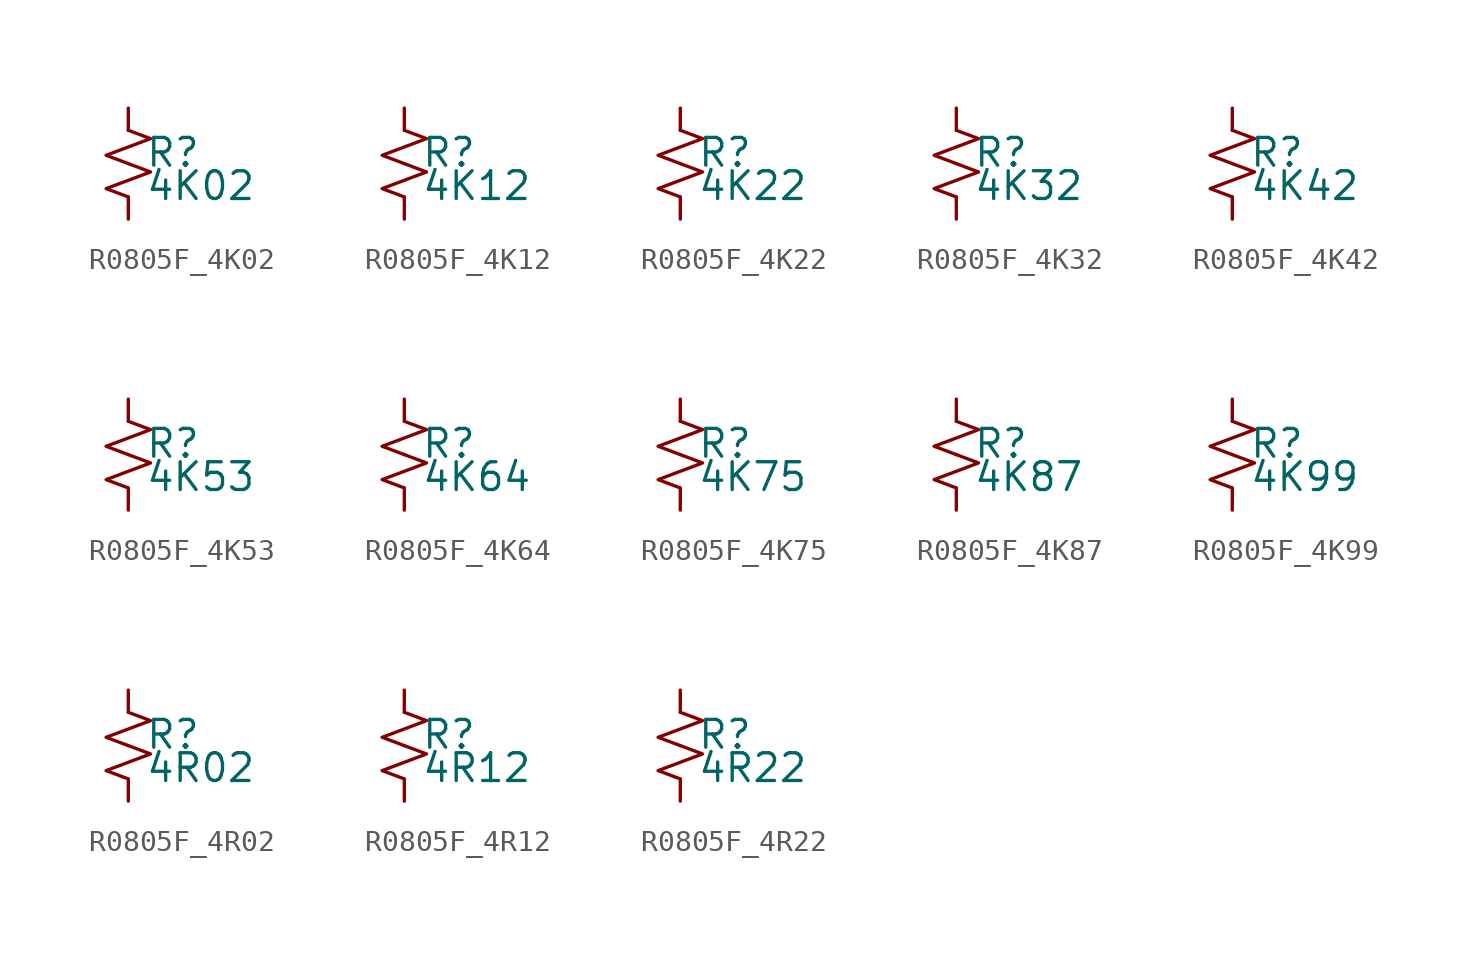
<source format=kicad_sym>
(kicad_symbol_lib
  (version 20220914)
  (generator kicad_symbol_editor)
  (symbol "R0805F_4K02"
    (pin_numbers hide)
    (pin_names
      (offset 0.254) hide)
    (property "Reference" "R"
      (at 0.762 0.508 0)
      (effects (font (size 1.27 1.27)) (justify left)))
    (property "Value" "4K02"
      (at 0.762 -1.016 0)
      (effects (font (size 1.27 1.27)) (justify left)))
    (symbol "R0805F_4K02_1_1"
      (polyline (pts (xy 0 0) (xy 1.016 -0.381) (xy 0 -0.762) (xy -1.016 -1.143) (xy 0 -1.524)) (stroke (width 0) (type default)) (fill (type none)))
      (polyline (pts (xy 0 1.524) (xy 1.016 1.143) (xy 0 0.762) (xy -1.016 0.381) (xy 0 0)) (stroke (width 0) (type default)) (fill (type none)))
      (pin passive line (at 0 2.54 270) (length 1.016) (name "~" (effects (font (size 1.27 1.27)))) (number "1" (effects (font (size 1.27 1.27)))))
      (pin passive line (at 0 -2.54 90) (length 1.016) (name "~" (effects (font (size 1.27 1.27)))) (number "2" (effects (font (size 1.27 1.27)))))))
  (symbol "R0805F_4K12"
    (pin_numbers hide)
    (pin_names
      (offset 0.254) hide)
    (property "Reference" "R"
      (at 0.762 0.508 0)
      (effects (font (size 1.27 1.27)) (justify left)))
    (property "Value" "4K12"
      (at 0.762 -1.016 0)
      (effects (font (size 1.27 1.27)) (justify left)))
    (symbol "R0805F_4K12_1_1"
      (polyline (pts (xy 0 0) (xy 1.016 -0.381) (xy 0 -0.762) (xy -1.016 -1.143) (xy 0 -1.524)) (stroke (width 0) (type default)) (fill (type none)))
      (polyline (pts (xy 0 1.524) (xy 1.016 1.143) (xy 0 0.762) (xy -1.016 0.381) (xy 0 0)) (stroke (width 0) (type default)) (fill (type none)))
      (pin passive line (at 0 2.54 270) (length 1.016) (name "~" (effects (font (size 1.27 1.27)))) (number "1" (effects (font (size 1.27 1.27)))))
      (pin passive line (at 0 -2.54 90) (length 1.016) (name "~" (effects (font (size 1.27 1.27)))) (number "2" (effects (font (size 1.27 1.27)))))))
  (symbol "R0805F_4K22"
    (pin_numbers hide)
    (pin_names
      (offset 0.254) hide)
    (property "Reference" "R"
      (at 0.762 0.508 0)
      (effects (font (size 1.27 1.27)) (justify left)))
    (property "Value" "4K22"
      (at 0.762 -1.016 0)
      (effects (font (size 1.27 1.27)) (justify left)))
    (symbol "R0805F_4K22_1_1"
      (polyline (pts (xy 0 0) (xy 1.016 -0.381) (xy 0 -0.762) (xy -1.016 -1.143) (xy 0 -1.524)) (stroke (width 0) (type default)) (fill (type none)))
      (polyline (pts (xy 0 1.524) (xy 1.016 1.143) (xy 0 0.762) (xy -1.016 0.381) (xy 0 0)) (stroke (width 0) (type default)) (fill (type none)))
      (pin passive line (at 0 2.54 270) (length 1.016) (name "~" (effects (font (size 1.27 1.27)))) (number "1" (effects (font (size 1.27 1.27)))))
      (pin passive line (at 0 -2.54 90) (length 1.016) (name "~" (effects (font (size 1.27 1.27)))) (number "2" (effects (font (size 1.27 1.27)))))))
  (symbol "R0805F_4K32"
    (pin_numbers hide)
    (pin_names
      (offset 0.254) hide)
    (property "Reference" "R"
      (at 0.762 0.508 0)
      (effects (font (size 1.27 1.27)) (justify left)))
    (property "Value" "4K32"
      (at 0.762 -1.016 0)
      (effects (font (size 1.27 1.27)) (justify left)))
    (symbol "R0805F_4K32_1_1"
      (polyline (pts (xy 0 0) (xy 1.016 -0.381) (xy 0 -0.762) (xy -1.016 -1.143) (xy 0 -1.524)) (stroke (width 0) (type default)) (fill (type none)))
      (polyline (pts (xy 0 1.524) (xy 1.016 1.143) (xy 0 0.762) (xy -1.016 0.381) (xy 0 0)) (stroke (width 0) (type default)) (fill (type none)))
      (pin passive line (at 0 2.54 270) (length 1.016) (name "~" (effects (font (size 1.27 1.27)))) (number "1" (effects (font (size 1.27 1.27)))))
      (pin passive line (at 0 -2.54 90) (length 1.016) (name "~" (effects (font (size 1.27 1.27)))) (number "2" (effects (font (size 1.27 1.27)))))))
  (symbol "R0805F_4K42"
    (pin_numbers hide)
    (pin_names
      (offset 0.254) hide)
    (property "Reference" "R"
      (at 0.762 0.508 0)
      (effects (font (size 1.27 1.27)) (justify left)))
    (property "Value" "4K42"
      (at 0.762 -1.016 0)
      (effects (font (size 1.27 1.27)) (justify left)))
    (symbol "R0805F_4K42_1_1"
      (polyline (pts (xy 0 0) (xy 1.016 -0.381) (xy 0 -0.762) (xy -1.016 -1.143) (xy 0 -1.524)) (stroke (width 0) (type default)) (fill (type none)))
      (polyline (pts (xy 0 1.524) (xy 1.016 1.143) (xy 0 0.762) (xy -1.016 0.381) (xy 0 0)) (stroke (width 0) (type default)) (fill (type none)))
      (pin passive line (at 0 2.54 270) (length 1.016) (name "~" (effects (font (size 1.27 1.27)))) (number "1" (effects (font (size 1.27 1.27)))))
      (pin passive line (at 0 -2.54 90) (length 1.016) (name "~" (effects (font (size 1.27 1.27)))) (number "2" (effects (font (size 1.27 1.27)))))))
  (symbol "R0805F_4K53"
    (pin_numbers hide)
    (pin_names
      (offset 0.254) hide)
    (property "Reference" "R"
      (at 0.762 0.508 0)
      (effects (font (size 1.27 1.27)) (justify left)))
    (property "Value" "4K53"
      (at 0.762 -1.016 0)
      (effects (font (size 1.27 1.27)) (justify left)))
    (symbol "R0805F_4K53_1_1"
      (polyline (pts (xy 0 0) (xy 1.016 -0.381) (xy 0 -0.762) (xy -1.016 -1.143) (xy 0 -1.524)) (stroke (width 0) (type default)) (fill (type none)))
      (polyline (pts (xy 0 1.524) (xy 1.016 1.143) (xy 0 0.762) (xy -1.016 0.381) (xy 0 0)) (stroke (width 0) (type default)) (fill (type none)))
      (pin passive line (at 0 2.54 270) (length 1.016) (name "~" (effects (font (size 1.27 1.27)))) (number "1" (effects (font (size 1.27 1.27)))))
      (pin passive line (at 0 -2.54 90) (length 1.016) (name "~" (effects (font (size 1.27 1.27)))) (number "2" (effects (font (size 1.27 1.27)))))))
  (symbol "R0805F_4K64"
    (pin_numbers hide)
    (pin_names
      (offset 0.254) hide)
    (property "Reference" "R"
      (at 0.762 0.508 0)
      (effects (font (size 1.27 1.27)) (justify left)))
    (property "Value" "4K64"
      (at 0.762 -1.016 0)
      (effects (font (size 1.27 1.27)) (justify left)))
    (symbol "R0805F_4K64_1_1"
      (polyline (pts (xy 0 0) (xy 1.016 -0.381) (xy 0 -0.762) (xy -1.016 -1.143) (xy 0 -1.524)) (stroke (width 0) (type default)) (fill (type none)))
      (polyline (pts (xy 0 1.524) (xy 1.016 1.143) (xy 0 0.762) (xy -1.016 0.381) (xy 0 0)) (stroke (width 0) (type default)) (fill (type none)))
      (pin passive line (at 0 2.54 270) (length 1.016) (name "~" (effects (font (size 1.27 1.27)))) (number "1" (effects (font (size 1.27 1.27)))))
      (pin passive line (at 0 -2.54 90) (length 1.016) (name "~" (effects (font (size 1.27 1.27)))) (number "2" (effects (font (size 1.27 1.27)))))))
  (symbol "R0805F_4K75"
    (pin_numbers hide)
    (pin_names
      (offset 0.254) hide)
    (property "Reference" "R"
      (at 0.762 0.508 0)
      (effects (font (size 1.27 1.27)) (justify left)))
    (property "Value" "4K75"
      (at 0.762 -1.016 0)
      (effects (font (size 1.27 1.27)) (justify left)))
    (symbol "R0805F_4K75_1_1"
      (polyline (pts (xy 0 0) (xy 1.016 -0.381) (xy 0 -0.762) (xy -1.016 -1.143) (xy 0 -1.524)) (stroke (width 0) (type default)) (fill (type none)))
      (polyline (pts (xy 0 1.524) (xy 1.016 1.143) (xy 0 0.762) (xy -1.016 0.381) (xy 0 0)) (stroke (width 0) (type default)) (fill (type none)))
      (pin passive line (at 0 2.54 270) (length 1.016) (name "~" (effects (font (size 1.27 1.27)))) (number "1" (effects (font (size 1.27 1.27)))))
      (pin passive line (at 0 -2.54 90) (length 1.016) (name "~" (effects (font (size 1.27 1.27)))) (number "2" (effects (font (size 1.27 1.27)))))))
  (symbol "R0805F_4K87"
    (pin_numbers hide)
    (pin_names
      (offset 0.254) hide)
    (property "Reference" "R"
      (at 0.762 0.508 0)
      (effects (font (size 1.27 1.27)) (justify left)))
    (property "Value" "4K87"
      (at 0.762 -1.016 0)
      (effects (font (size 1.27 1.27)) (justify left)))
    (symbol "R0805F_4K87_1_1"
      (polyline (pts (xy 0 0) (xy 1.016 -0.381) (xy 0 -0.762) (xy -1.016 -1.143) (xy 0 -1.524)) (stroke (width 0) (type default)) (fill (type none)))
      (polyline (pts (xy 0 1.524) (xy 1.016 1.143) (xy 0 0.762) (xy -1.016 0.381) (xy 0 0)) (stroke (width 0) (type default)) (fill (type none)))
      (pin passive line (at 0 2.54 270) (length 1.016) (name "~" (effects (font (size 1.27 1.27)))) (number "1" (effects (font (size 1.27 1.27)))))
      (pin passive line (at 0 -2.54 90) (length 1.016) (name "~" (effects (font (size 1.27 1.27)))) (number "2" (effects (font (size 1.27 1.27)))))))
  (symbol "R0805F_4K99"
    (pin_numbers hide)
    (pin_names
      (offset 0.254) hide)
    (property "Reference" "R"
      (at 0.762 0.508 0)
      (effects (font (size 1.27 1.27)) (justify left)))
    (property "Value" "4K99"
      (at 0.762 -1.016 0)
      (effects (font (size 1.27 1.27)) (justify left)))
    (symbol "R0805F_4K99_1_1"
      (polyline (pts (xy 0 0) (xy 1.016 -0.381) (xy 0 -0.762) (xy -1.016 -1.143) (xy 0 -1.524)) (stroke (width 0) (type default)) (fill (type none)))
      (polyline (pts (xy 0 1.524) (xy 1.016 1.143) (xy 0 0.762) (xy -1.016 0.381) (xy 0 0)) (stroke (width 0) (type default)) (fill (type none)))
      (pin passive line (at 0 2.54 270) (length 1.016) (name "~" (effects (font (size 1.27 1.27)))) (number "1" (effects (font (size 1.27 1.27)))))
      (pin passive line (at 0 -2.54 90) (length 1.016) (name "~" (effects (font (size 1.27 1.27)))) (number "2" (effects (font (size 1.27 1.27)))))))
  (symbol "R0805F_4R02"
    (pin_numbers hide)
    (pin_names
      (offset 0.254) hide)
    (property "Reference" "R"
      (at 0.762 0.508 0)
      (effects (font (size 1.27 1.27)) (justify left)))
    (property "Value" "4R02"
      (at 0.762 -1.016 0)
      (effects (font (size 1.27 1.27)) (justify left)))
    (symbol "R0805F_4R02_1_1"
      (polyline (pts (xy 0 0) (xy 1.016 -0.381) (xy 0 -0.762) (xy -1.016 -1.143) (xy 0 -1.524)) (stroke (width 0) (type default)) (fill (type none)))
      (polyline (pts (xy 0 1.524) (xy 1.016 1.143) (xy 0 0.762) (xy -1.016 0.381) (xy 0 0)) (stroke (width 0) (type default)) (fill (type none)))
      (pin passive line (at 0 2.54 270) (length 1.016) (name "~" (effects (font (size 1.27 1.27)))) (number "1" (effects (font (size 1.27 1.27)))))
      (pin passive line (at 0 -2.54 90) (length 1.016) (name "~" (effects (font (size 1.27 1.27)))) (number "2" (effects (font (size 1.27 1.27)))))))
  (symbol "R0805F_4R12"
    (pin_numbers hide)
    (pin_names
      (offset 0.254) hide)
    (property "Reference" "R"
      (at 0.762 0.508 0)
      (effects (font (size 1.27 1.27)) (justify left)))
    (property "Value" "4R12"
      (at 0.762 -1.016 0)
      (effects (font (size 1.27 1.27)) (justify left)))
    (symbol "R0805F_4R12_1_1"
      (polyline (pts (xy 0 0) (xy 1.016 -0.381) (xy 0 -0.762) (xy -1.016 -1.143) (xy 0 -1.524)) (stroke (width 0) (type default)) (fill (type none)))
      (polyline (pts (xy 0 1.524) (xy 1.016 1.143) (xy 0 0.762) (xy -1.016 0.381) (xy 0 0)) (stroke (width 0) (type default)) (fill (type none)))
      (pin passive line (at 0 2.54 270) (length 1.016) (name "~" (effects (font (size 1.27 1.27)))) (number "1" (effects (font (size 1.27 1.27)))))
      (pin passive line (at 0 -2.54 90) (length 1.016) (name "~" (effects (font (size 1.27 1.27)))) (number "2" (effects (font (size 1.27 1.27)))))))
  (symbol "R0805F_4R22"
    (pin_numbers hide)
    (pin_names
      (offset 0.254) hide)
    (property "Reference" "R"
      (at 0.762 0.508 0)
      (effects (font (size 1.27 1.27)) (justify left)))
    (property "Value" "4R22"
      (at 0.762 -1.016 0)
      (effects (font (size 1.27 1.27)) (justify left)))
    (symbol "R0805F_4R22_1_1"
      (polyline (pts (xy 0 0) (xy 1.016 -0.381) (xy 0 -0.762) (xy -1.016 -1.143) (xy 0 -1.524)) (stroke (width 0) (type default)) (fill (type none)))
      (polyline (pts (xy 0 1.524) (xy 1.016 1.143) (xy 0 0.762) (xy -1.016 0.381) (xy 0 0)) (stroke (width 0) (type default)) (fill (type none)))
      (pin passive line (at 0 2.54 270) (length 1.016) (name "~" (effects (font (size 1.27 1.27)))) (number "1" (effects (font (size 1.27 1.27)))))
      (pin passive line (at 0 -2.54 90) (length 1.016) (name "~" (effects (font (size 1.27 1.27)))) (number "2" (effects (font (size 1.27 1.27))))))))
</source>
